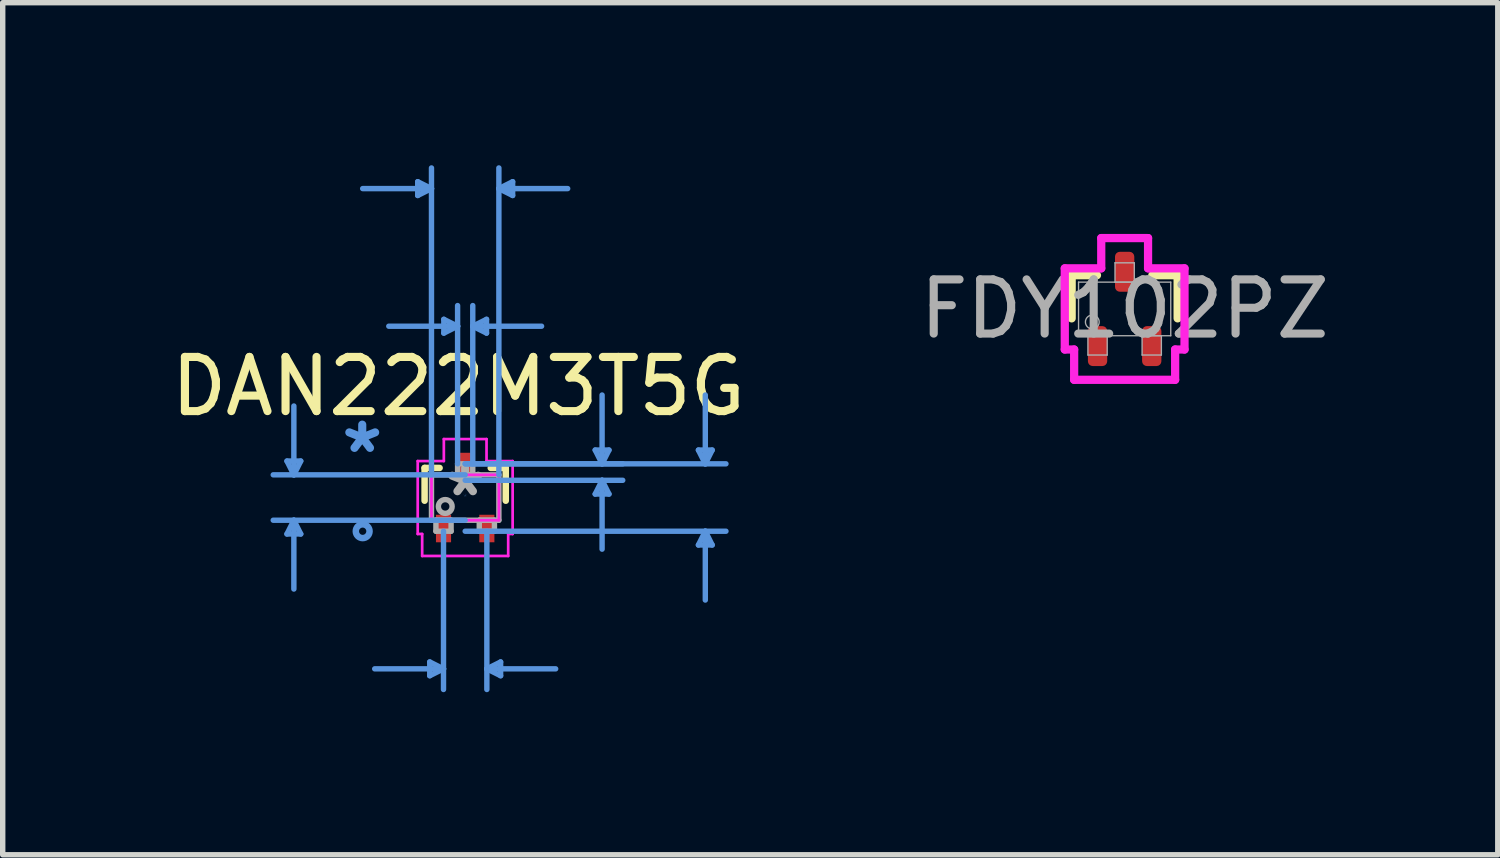
<source format=kicad_pcb>
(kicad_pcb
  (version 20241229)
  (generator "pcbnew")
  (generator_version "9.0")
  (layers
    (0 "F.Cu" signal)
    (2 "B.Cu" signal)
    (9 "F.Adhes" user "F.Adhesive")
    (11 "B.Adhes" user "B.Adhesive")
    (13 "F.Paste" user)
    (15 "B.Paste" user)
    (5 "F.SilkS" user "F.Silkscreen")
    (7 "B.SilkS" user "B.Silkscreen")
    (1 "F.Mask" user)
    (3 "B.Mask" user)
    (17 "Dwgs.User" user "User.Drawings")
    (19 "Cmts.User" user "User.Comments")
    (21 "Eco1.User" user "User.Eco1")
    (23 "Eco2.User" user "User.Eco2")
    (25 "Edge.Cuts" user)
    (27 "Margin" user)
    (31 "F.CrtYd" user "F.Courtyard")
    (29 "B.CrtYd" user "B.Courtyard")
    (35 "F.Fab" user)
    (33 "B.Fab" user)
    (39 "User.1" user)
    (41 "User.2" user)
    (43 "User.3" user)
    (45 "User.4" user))
  (footprint "DAN222M3T5G"
    (layer "F.Cu")
    (at 5.536 6.133)
    (property "Reference" "DAN222M3T5G" (at -0.125 -2.05 0) (layer "F.SilkS") (effects (font (size 1 1) (thickness 0.15))))
    (attr smd)
    (fp_line (start -0.749 -0.546) (end -0.749 0.059) (stroke (width 0.12) (type solid)) (layer "F.SilkS"))
    (fp_line (start -0.472 -0.546) (end -0.749 -0.546) (stroke (width 0.12) (type solid)) (layer "F.SilkS"))
    (fp_line (start 0.749 -0.546) (end 0.472 -0.546) (stroke (width 0.12) (type solid)) (layer "F.SilkS"))
    (fp_line (start 0.749 0.059) (end 0.749 -0.546) (stroke (width 0.12) (type solid)) (layer "F.SilkS"))
    (fp_line (start -3.289 -0.673) (end -3.035 -0.673) (stroke (width 0.1) (type solid)) (layer "Cmts.User"))
    (fp_line (start -3.289 0.673) (end -3.035 0.673) (stroke (width 0.1) (type solid)) (layer "Cmts.User"))
    (fp_line (start -3.162 -0.419) (end -3.289 -0.673) (stroke (width 0.1) (type solid)) (layer "Cmts.User"))
    (fp_line (start -3.162 -0.419) (end -3.162 -1.689) (stroke (width 0.1) (type solid)) (layer "Cmts.User"))
    (fp_line (start -3.162 -0.419) (end -3.035 -0.673) (stroke (width 0.1) (type solid)) (layer "Cmts.User"))
    (fp_line (start -3.162 0.419) (end -3.289 0.673) (stroke (width 0.1) (type solid)) (layer "Cmts.User"))
    (fp_line (start -3.162 0.419) (end -3.162 1.689) (stroke (width 0.1) (type solid)) (layer "Cmts.User"))
    (fp_line (start -3.162 0.419) (end -3.035 0.673) (stroke (width 0.1) (type solid)) (layer "Cmts.User"))
    (fp_line (start -0.876 -5.829) (end -0.876 -5.575) (stroke (width 0.1) (type solid)) (layer "Cmts.User"))
    (fp_line (start -0.654 3.035) (end -0.654 3.289) (stroke (width 0.1) (type solid)) (layer "Cmts.User"))
    (fp_line (start -0.622 -5.702) (end -1.892 -5.702) (stroke (width 0.1) (type solid)) (layer "Cmts.User"))
    (fp_line (start -0.622 -5.702) (end -0.876 -5.829) (stroke (width 0.1) (type solid)) (layer "Cmts.User"))
    (fp_line (start -0.622 -5.702) (end -0.876 -5.575) (stroke (width 0.1) (type solid)) (layer "Cmts.User"))
    (fp_line (start -0.622 -0.419) (end -0.622 -6.083) (stroke (width 0.1) (type solid)) (layer "Cmts.User"))
    (fp_line (start -0.4 0.622) (end -0.4 3.543) (stroke (width 0.1) (type solid)) (layer "Cmts.User"))
    (fp_line (start -0.4 3.162) (end -1.67 3.162) (stroke (width 0.1) (type solid)) (layer "Cmts.User"))
    (fp_line (start -0.4 3.162) (end -0.654 3.035) (stroke (width 0.1) (type solid)) (layer "Cmts.User"))
    (fp_line (start -0.4 3.162) (end -0.654 3.289) (stroke (width 0.1) (type solid)) (layer "Cmts.User"))
    (fp_line (start -0.394 -3.289) (end -0.394 -3.035) (stroke (width 0.1) (type solid)) (layer "Cmts.User"))
    (fp_line (start -0.14 -3.162) (end -1.41 -3.162) (stroke (width 0.1) (type solid)) (layer "Cmts.User"))
    (fp_line (start -0.14 -3.162) (end -0.394 -3.289) (stroke (width 0.1) (type solid)) (layer "Cmts.User"))
    (fp_line (start -0.14 -3.162) (end -0.394 -3.035) (stroke (width 0.1) (type solid)) (layer "Cmts.User"))
    (fp_line (start -0.14 -0.622) (end -0.14 -3.543) (stroke (width 0.1) (type solid)) (layer "Cmts.User"))
    (fp_line (start 0 -0.622) (end 2.908 -0.622) (stroke (width 0.1) (type solid)) (layer "Cmts.User"))
    (fp_line (start 0 -0.622) (end 4.813 -0.622) (stroke (width 0.1) (type solid)) (layer "Cmts.User"))
    (fp_line (start 0 -0.419) (end -3.543 -0.419) (stroke (width 0.1) (type solid)) (layer "Cmts.User"))
    (fp_line (start 0 -0.318) (end 2.908 -0.318) (stroke (width 0.1) (type solid)) (layer "Cmts.User"))
    (fp_line (start 0 0.419) (end -3.543 0.419) (stroke (width 0.1) (type solid)) (layer "Cmts.User"))
    (fp_line (start 0 0.622) (end 4.813 0.622) (stroke (width 0.1) (type solid)) (layer "Cmts.User"))
    (fp_line (start 0.14 -3.162) (end 0.394 -3.289) (stroke (width 0.1) (type solid)) (layer "Cmts.User"))
    (fp_line (start 0.14 -3.162) (end 0.394 -3.035) (stroke (width 0.1) (type solid)) (layer "Cmts.User"))
    (fp_line (start 0.14 -3.162) (end 1.41 -3.162) (stroke (width 0.1) (type solid)) (layer "Cmts.User"))
    (fp_line (start 0.14 -0.622) (end 0.14 -3.543) (stroke (width 0.1) (type solid)) (layer "Cmts.User"))
    (fp_line (start 0.394 -3.289) (end 0.394 -3.035) (stroke (width 0.1) (type solid)) (layer "Cmts.User"))
    (fp_line (start 0.4 0.622) (end 0.4 3.543) (stroke (width 0.1) (type solid)) (layer "Cmts.User"))
    (fp_line (start 0.4 3.162) (end 0.654 3.035) (stroke (width 0.1) (type solid)) (layer "Cmts.User"))
    (fp_line (start 0.4 3.162) (end 0.654 3.289) (stroke (width 0.1) (type solid)) (layer "Cmts.User"))
    (fp_line (start 0.4 3.162) (end 1.67 3.162) (stroke (width 0.1) (type solid)) (layer "Cmts.User"))
    (fp_line (start 0.622 -5.702) (end 0.876 -5.829) (stroke (width 0.1) (type solid)) (layer "Cmts.User"))
    (fp_line (start 0.622 -5.702) (end 0.876 -5.575) (stroke (width 0.1) (type solid)) (layer "Cmts.User"))
    (fp_line (start 0.622 -5.702) (end 1.892 -5.702) (stroke (width 0.1) (type solid)) (layer "Cmts.User"))
    (fp_line (start 0.622 -0.419) (end 0.622 -6.083) (stroke (width 0.1) (type solid)) (layer "Cmts.User"))
    (fp_line (start 0.654 3.035) (end 0.654 3.289) (stroke (width 0.1) (type solid)) (layer "Cmts.User"))
    (fp_line (start 0.876 -5.829) (end 0.876 -5.575) (stroke (width 0.1) (type solid)) (layer "Cmts.User"))
    (fp_line (start 2.4 -0.876) (end 2.654 -0.876) (stroke (width 0.1) (type solid)) (layer "Cmts.User"))
    (fp_line (start 2.4 -0.064) (end 2.654 -0.064) (stroke (width 0.1) (type solid)) (layer "Cmts.User"))
    (fp_line (start 2.527 -0.622) (end 2.4 -0.876) (stroke (width 0.1) (type solid)) (layer "Cmts.User"))
    (fp_line (start 2.527 -0.622) (end 2.527 -1.892) (stroke (width 0.1) (type solid)) (layer "Cmts.User"))
    (fp_line (start 2.527 -0.622) (end 2.654 -0.876) (stroke (width 0.1) (type solid)) (layer "Cmts.User"))
    (fp_line (start 2.527 -0.318) (end 2.4 -0.064) (stroke (width 0.1) (type solid)) (layer "Cmts.User"))
    (fp_line (start 2.527 -0.318) (end 2.527 0.953) (stroke (width 0.1) (type solid)) (layer "Cmts.User"))
    (fp_line (start 2.527 -0.318) (end 2.654 -0.064) (stroke (width 0.1) (type solid)) (layer "Cmts.User"))
    (fp_line (start 4.305 -0.876) (end 4.559 -0.876) (stroke (width 0.1) (type solid)) (layer "Cmts.User"))
    (fp_line (start 4.305 0.876) (end 4.559 0.876) (stroke (width 0.1) (type solid)) (layer "Cmts.User"))
    (fp_line (start 4.432 -0.622) (end 4.305 -0.876) (stroke (width 0.1) (type solid)) (layer "Cmts.User"))
    (fp_line (start 4.432 -0.622) (end 4.432 -1.892) (stroke (width 0.1) (type solid)) (layer "Cmts.User"))
    (fp_line (start 4.432 -0.622) (end 4.559 -0.876) (stroke (width 0.1) (type solid)) (layer "Cmts.User"))
    (fp_line (start 4.432 0.622) (end 4.305 0.876) (stroke (width 0.1) (type solid)) (layer "Cmts.User"))
    (fp_line (start 4.432 0.622) (end 4.432 1.892) (stroke (width 0.1) (type solid)) (layer "Cmts.User"))
    (fp_line (start 4.432 0.622) (end 4.559 0.876) (stroke (width 0.1) (type solid)) (layer "Cmts.User"))
    (fp_circle (center -1.892 0.622) (end -1.765 0.622) (stroke (width 0.12) (type solid)) (fill no) (layer "Cmts.User"))
    (fp_line (start -0.876 -0.673) (end -0.394 -0.673) (stroke (width 0.05) (type solid)) (layer "F.CrtYd"))
    (fp_line (start -0.876 0.673) (end -0.876 -0.673) (stroke (width 0.05) (type solid)) (layer "F.CrtYd"))
    (fp_line (start -0.794 0.673) (end -0.876 0.673) (stroke (width 0.05) (type solid)) (layer "F.CrtYd"))
    (fp_line (start -0.794 1.079) (end -0.794 0.673) (stroke (width 0.05) (type solid)) (layer "F.CrtYd"))
    (fp_line (start -0.622 -0.419) (end 0.622 -0.419) (stroke (width 0.05) (type solid)) (layer "F.CrtYd"))
    (fp_line (start -0.622 0.419) (end -0.622 -0.419) (stroke (width 0.05) (type solid)) (layer "F.CrtYd"))
    (fp_line (start -0.394 -1.079) (end 0.394 -1.079) (stroke (width 0.05) (type solid)) (layer "F.CrtYd"))
    (fp_line (start -0.394 -0.673) (end -0.394 -1.079) (stroke (width 0.05) (type solid)) (layer "F.CrtYd"))
    (fp_line (start 0.394 -1.079) (end 0.394 -0.673) (stroke (width 0.05) (type solid)) (layer "F.CrtYd"))
    (fp_line (start 0.394 -0.673) (end 0.876 -0.673) (stroke (width 0.05) (type solid)) (layer "F.CrtYd"))
    (fp_line (start 0.622 -0.419) (end 0.622 0.419) (stroke (width 0.05) (type solid)) (layer "F.CrtYd"))
    (fp_line (start 0.622 0.419) (end -0.622 0.419) (stroke (width 0.05) (type solid)) (layer "F.CrtYd"))
    (fp_line (start 0.794 0.673) (end 0.794 1.079) (stroke (width 0.05) (type solid)) (layer "F.CrtYd"))
    (fp_line (start 0.794 1.079) (end -0.794 1.079) (stroke (width 0.05) (type solid)) (layer "F.CrtYd"))
    (fp_line (start 0.876 -0.673) (end 0.876 0.673) (stroke (width 0.05) (type solid)) (layer "F.CrtYd"))
    (fp_line (start 0.876 0.673) (end 0.794 0.673) (stroke (width 0.05) (type solid)) (layer "F.CrtYd"))
    (fp_line (start -0.622 -0.419) (end -0.622 0.419) (stroke (width 0.1) (type solid)) (layer "F.Fab"))
    (fp_line (start -0.622 0.419) (end 0.622 0.419) (stroke (width 0.1) (type solid)) (layer "F.Fab"))
    (fp_line (start -0.54 0.419) (end -0.54 0.622) (stroke (width 0.1) (type solid)) (layer "F.Fab"))
    (fp_line (start -0.54 0.622) (end -0.26 0.622) (stroke (width 0.1) (type solid)) (layer "F.Fab"))
    (fp_line (start -0.26 0.419) (end -0.54 0.419) (stroke (width 0.1) (type solid)) (layer "F.Fab"))
    (fp_line (start -0.26 0.622) (end -0.26 0.419) (stroke (width 0.1) (type solid)) (layer "F.Fab"))
    (fp_line (start -0.14 -0.622) (end -0.14 -0.419) (stroke (width 0.1) (type solid)) (layer "F.Fab"))
    (fp_line (start -0.14 -0.419) (end 0.14 -0.419) (stroke (width 0.1) (type solid)) (layer "F.Fab"))
    (fp_line (start 0.14 -0.622) (end -0.14 -0.622) (stroke (width 0.1) (type solid)) (layer "F.Fab"))
    (fp_line (start 0.14 -0.419) (end 0.14 -0.622) (stroke (width 0.1) (type solid)) (layer "F.Fab"))
    (fp_line (start 0.26 0.419) (end 0.26 0.622) (stroke (width 0.1) (type solid)) (layer "F.Fab"))
    (fp_line (start 0.26 0.622) (end 0.54 0.622) (stroke (width 0.1) (type solid)) (layer "F.Fab"))
    (fp_line (start 0.54 0.419) (end 0.26 0.419) (stroke (width 0.1) (type solid)) (layer "F.Fab"))
    (fp_line (start 0.54 0.622) (end 0.54 0.419) (stroke (width 0.1) (type solid)) (layer "F.Fab"))
    (fp_line (start 0.622 -0.419) (end -0.622 -0.419) (stroke (width 0.1) (type solid)) (layer "F.Fab"))
    (fp_line (start 0.622 0.419) (end 0.622 -0.419) (stroke (width 0.1) (type solid)) (layer "F.Fab"))
    (fp_circle (center -0.368 0.165) (end -0.241 0.165) (stroke (width 0.1) (type solid)) (fill no) (layer "F.Fab"))
    (fp_text user "*" (at 0 0 0) (layer "Cmts.User") (effects (font (size 0.127 0.127) (thickness 0.002))))
    (fp_text user "*" (at -1.9 -0.8 0) (layer "Cmts.User") (effects (font (size 1 1) (thickness 0.15))))
    (fp_text user "*" (at 0 0 0) (layer "F.Fab") (effects (font (size 1 1) (thickness 0.15))))
    (pad "1" smd rect (at -0.4 0.572) (size 0.279 0.508) (layers "F.Cu" "F.Mask" "F.Paste"))
    (pad "2" smd rect (at 0.4 0.572) (size 0.279 0.508) (layers "F.Cu" "F.Mask" "F.Paste"))
    (pad "3" smd rect (at 0 -0.572) (size 0.279 0.508) (layers "F.Cu" "F.Mask" "F.Paste")))
  (footprint "FDY102PZ"
    (layer "F.Cu")
    (at 17.708 2.652)
    (property "Reference" "FDY102PZ" (at 0 -1.95 0) (unlocked yes) (layer "User.2") (effects (font (size 0.75 0.75) (thickness 0.15))))
    (attr smd)
    (fp_line (start -0.978 -0.622) (end -0.978 0.174) (stroke (width 0.152) (type solid)) (layer "F.SilkS"))
    (fp_line (start -0.511 -0.622) (end -0.978 -0.622) (stroke (width 0.152) (type solid)) (layer "F.SilkS"))
    (fp_line (start 0.978 -0.622) (end 0.511 -0.622) (stroke (width 0.152) (type solid)) (layer "F.SilkS"))
    (fp_line (start 0.978 0.174) (end 0.978 -0.622) (stroke (width 0.152) (type solid)) (layer "F.SilkS"))
    (fp_line (start -1.105 -0.749) (end -0.432 -0.749) (stroke (width 0.152) (type solid)) (layer "F.CrtYd"))
    (fp_line (start -1.105 0.749) (end -1.105 -0.749) (stroke (width 0.152) (type solid)) (layer "F.CrtYd"))
    (fp_line (start -1.105 0.749) (end -0.932 0.749) (stroke (width 0.152) (type solid)) (layer "F.CrtYd"))
    (fp_line (start -0.932 0.749) (end -0.932 1.308) (stroke (width 0.152) (type solid)) (layer "F.CrtYd"))
    (fp_line (start -0.932 1.308) (end 0.932 1.308) (stroke (width 0.152) (type solid)) (layer "F.CrtYd"))
    (fp_line (start -0.432 -1.308) (end 0.432 -1.308) (stroke (width 0.152) (type solid)) (layer "F.CrtYd"))
    (fp_line (start -0.432 -0.749) (end -0.432 -1.308) (stroke (width 0.152) (type solid)) (layer "F.CrtYd"))
    (fp_line (start 0.432 -0.749) (end 0.432 -1.308) (stroke (width 0.152) (type solid)) (layer "F.CrtYd"))
    (fp_line (start 0.932 0.749) (end 0.932 1.308) (stroke (width 0.152) (type solid)) (layer "F.CrtYd"))
    (fp_line (start 1.105 -0.749) (end 0.432 -0.749) (stroke (width 0.152) (type solid)) (layer "F.CrtYd"))
    (fp_line (start 1.105 -0.749) (end 1.105 0.749) (stroke (width 0.152) (type solid)) (layer "F.CrtYd"))
    (fp_line (start 1.105 0.749) (end 0.932 0.749) (stroke (width 0.152) (type solid)) (layer "F.CrtYd"))
    (fp_line (start -0.851 -0.495) (end -0.851 0.495) (stroke (width 0.025) (type solid)) (layer "F.Fab"))
    (fp_line (start -0.851 0.495) (end 0.851 0.495) (stroke (width 0.025) (type solid)) (layer "F.Fab"))
    (fp_line (start -0.678 0.495) (end -0.678 0.851) (stroke (width 0.025) (type solid)) (layer "F.Fab"))
    (fp_line (start -0.678 0.851) (end -0.322 0.851) (stroke (width 0.025) (type solid)) (layer "F.Fab"))
    (fp_line (start -0.322 0.495) (end -0.678 0.495) (stroke (width 0.025) (type solid)) (layer "F.Fab"))
    (fp_line (start -0.322 0.851) (end -0.322 0.495) (stroke (width 0.025) (type solid)) (layer "F.Fab"))
    (fp_line (start -0.178 -0.851) (end -0.178 -0.495) (stroke (width 0.025) (type solid)) (layer "F.Fab"))
    (fp_line (start -0.178 -0.495) (end 0.178 -0.495) (stroke (width 0.025) (type solid)) (layer "F.Fab"))
    (fp_line (start 0.178 -0.851) (end -0.178 -0.851) (stroke (width 0.025) (type solid)) (layer "F.Fab"))
    (fp_line (start 0.178 -0.495) (end 0.178 -0.851) (stroke (width 0.025) (type solid)) (layer "F.Fab"))
    (fp_line (start 0.322 0.495) (end 0.322 0.851) (stroke (width 0.025) (type solid)) (layer "F.Fab"))
    (fp_line (start 0.322 0.851) (end 0.678 0.851) (stroke (width 0.025) (type solid)) (layer "F.Fab"))
    (fp_line (start 0.678 0.495) (end 0.322 0.495) (stroke (width 0.025) (type solid)) (layer "F.Fab"))
    (fp_line (start 0.678 0.851) (end 0.678 0.495) (stroke (width 0.025) (type solid)) (layer "F.Fab"))
    (fp_line (start 0.851 -0.495) (end -0.851 -0.495) (stroke (width 0.025) (type solid)) (layer "F.Fab"))
    (fp_line (start 0.851 0.495) (end 0.851 -0.495) (stroke (width 0.025) (type solid)) (layer "F.Fab"))
    (fp_circle (center -0.597 0.241) (end -0.47 0.241) (stroke (width 0.025) (type solid)) (fill no) (layer "F.Fab"))
    (fp_text user "${REFERENCE}" (at 0 0 0) (unlocked yes) (layer "F.Fab") (effects (font (size 1 1) (thickness 0.15))))
    (pad "D" smd roundrect (at 0 -0.686) (size 0.356 0.737) (layers "F.Cu" "F.Mask" "F.Paste") (roundrect_rratio 0.25))
    (pad "G" smd roundrect (at -0.5 0.686) (size 0.356 0.737) (layers "F.Cu" "F.Mask" "F.Paste") (roundrect_rratio 0.25))
    (pad "S" smd roundrect (at 0.5 0.686) (size 0.356 0.737) (layers "F.Cu" "F.Mask" "F.Paste") (roundrect_rratio 0.25)))
  (gr_rect
    (start -3 -3)
    (end 24.595 12.727)
    (stroke (width 0.1) (type default))
    (fill no)
    (layer "Edge.Cuts")))
</source>
